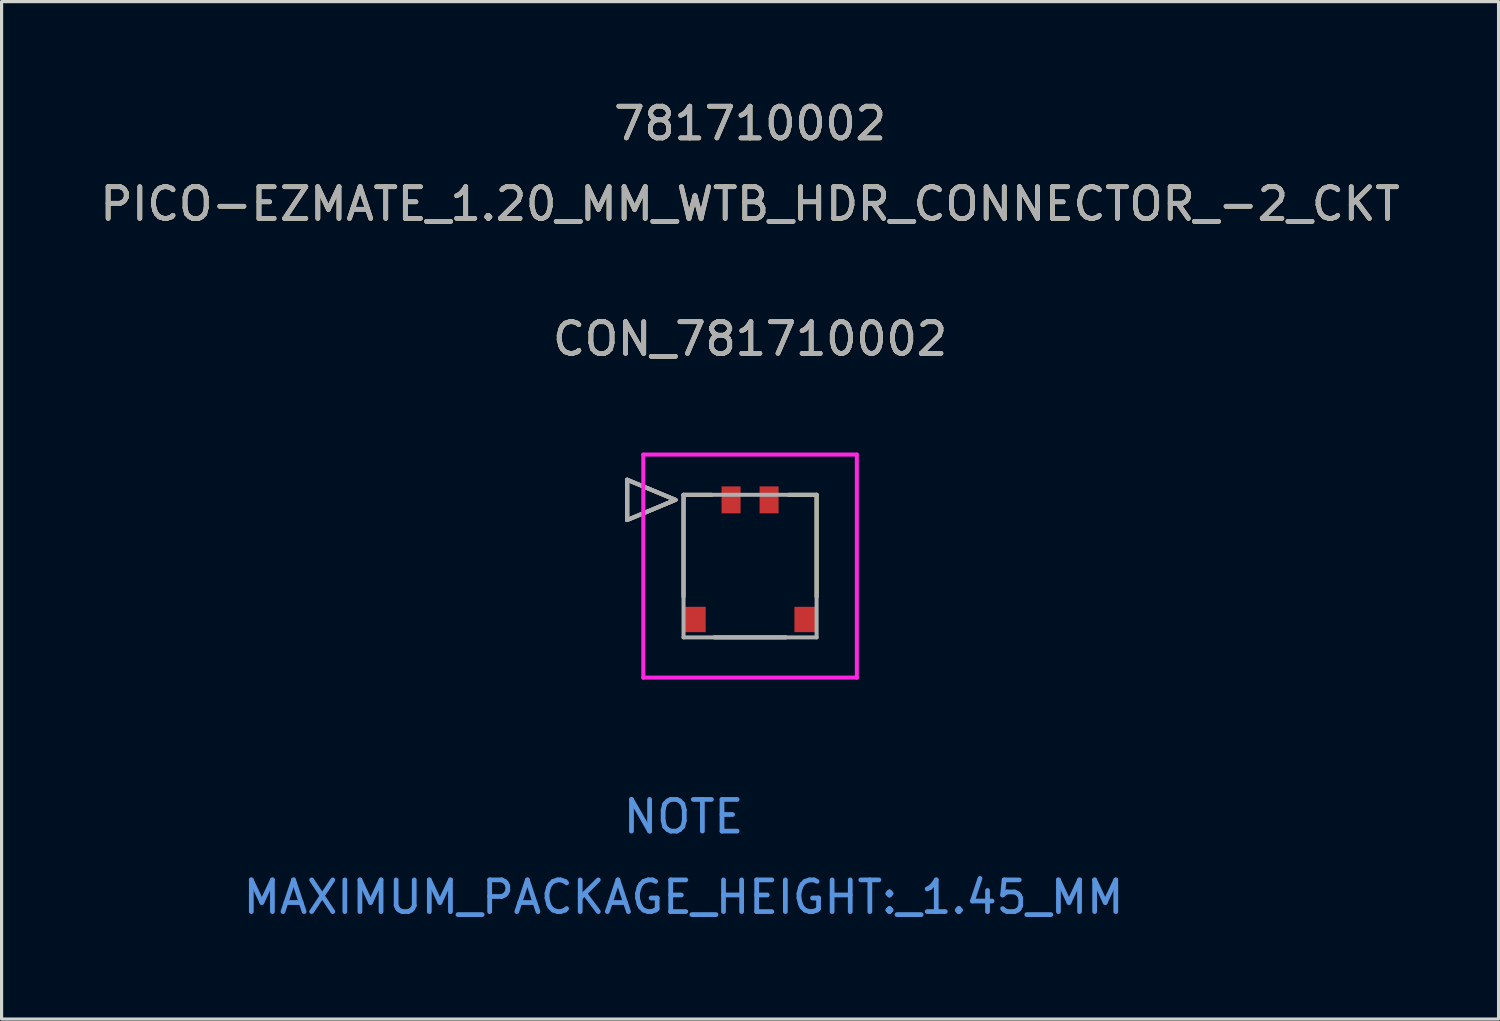
<source format=kicad_pcb>
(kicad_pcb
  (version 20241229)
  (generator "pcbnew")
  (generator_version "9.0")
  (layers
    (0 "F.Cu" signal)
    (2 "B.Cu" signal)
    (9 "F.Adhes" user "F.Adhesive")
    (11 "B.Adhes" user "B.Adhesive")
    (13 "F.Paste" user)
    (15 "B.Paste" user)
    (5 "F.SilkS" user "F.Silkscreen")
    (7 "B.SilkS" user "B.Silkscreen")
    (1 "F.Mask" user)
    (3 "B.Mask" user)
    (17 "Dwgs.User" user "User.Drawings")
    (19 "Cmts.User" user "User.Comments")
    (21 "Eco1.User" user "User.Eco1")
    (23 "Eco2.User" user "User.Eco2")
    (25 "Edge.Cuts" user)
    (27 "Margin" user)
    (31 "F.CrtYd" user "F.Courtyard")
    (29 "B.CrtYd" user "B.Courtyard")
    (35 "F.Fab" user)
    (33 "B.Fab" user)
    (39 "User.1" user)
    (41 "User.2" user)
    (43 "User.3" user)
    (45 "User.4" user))
  (footprint "CON_781710002"
    (layer "F.Cu")
    (at 20.025 12.728)
    (property "Reference" "CON_781710002" (at 0.6 -5.08 0) (unlocked yes) (layer "F.SilkS") (effects (font (size 1 1) (thickness 0.15))))
    (attr smd)
    (fp_line (start -3.278 -0.635) (end -3.278 0.635) (stroke (width 0.127) (type solid)) (layer "F.SilkS"))
    (fp_line (start -3.278 0.635) (end -1.754 0) (stroke (width 0.127) (type solid)) (layer "F.SilkS"))
    (fp_line (start -1.754 0) (end -3.278 -0.635) (stroke (width 0.127) (type solid)) (layer "F.SilkS"))
    (fp_line (start -1.5 -0.16) (end -1.5 3.055) (stroke (width 0.127) (type solid)) (layer "F.SilkS"))
    (fp_line (start -0.62 -0.16) (end -1.5 -0.16) (stroke (width 0.127) (type solid)) (layer "F.SilkS"))
    (fp_line (start -0.526 4.34) (end 1.726 4.34) (stroke (width 0.127) (type solid)) (layer "F.SilkS"))
    (fp_line (start 2.7 -0.16) (end 1.82 -0.16) (stroke (width 0.127) (type solid)) (layer "F.SilkS"))
    (fp_line (start 2.7 3.055) (end 2.7 -0.16) (stroke (width 0.127) (type solid)) (layer "F.SilkS"))
    (fp_line (start -2.77 -1.43) (end -2.77 5.61) (stroke (width 0.127) (type solid)) (layer "F.CrtYd"))
    (fp_line (start -2.77 5.61) (end 3.97 5.61) (stroke (width 0.127) (type solid)) (layer "F.CrtYd"))
    (fp_line (start 3.97 -1.43) (end -2.77 -1.43) (stroke (width 0.127) (type solid)) (layer "F.CrtYd"))
    (fp_line (start 3.97 5.61) (end 3.97 -1.43) (stroke (width 0.127) (type solid)) (layer "F.CrtYd"))
    (fp_line (start -3.278 -0.635) (end -3.278 0.635) (stroke (width 0.127) (type solid)) (layer "F.Fab"))
    (fp_line (start -3.278 -0.635) (end -3.278 0.635) (stroke (width 0.127) (type solid)) (layer "F.Fab"))
    (fp_line (start -3.278 0.635) (end -1.754 0) (stroke (width 0.127) (type solid)) (layer "F.Fab"))
    (fp_line (start -3.278 0.635) (end -1.754 0) (stroke (width 0.127) (type solid)) (layer "F.Fab"))
    (fp_line (start -1.754 0) (end -3.278 -0.635) (stroke (width 0.127) (type solid)) (layer "F.Fab"))
    (fp_line (start -1.754 0) (end -3.278 -0.635) (stroke (width 0.127) (type solid)) (layer "F.Fab"))
    (fp_line (start -1.5 -0.16) (end -1.5 4.34) (stroke (width 0.127) (type solid)) (layer "F.Fab"))
    (fp_line (start -1.5 4.34) (end 2.7 4.34) (stroke (width 0.127) (type solid)) (layer "F.Fab"))
    (fp_line (start 2.7 -0.16) (end -1.5 -0.16) (stroke (width 0.127) (type solid)) (layer "F.Fab"))
    (fp_line (start 2.7 4.34) (end 2.7 -0.16) (stroke (width 0.127) (type solid)) (layer "F.Fab"))
    (fp_text user "PICO-EZMATE_1.20_MM_WTB_HDR_CONNECTOR_-2_CKT" (at 0.6 -9.34 0) (unlocked yes) (layer "F.SilkS") (effects (font (size 1 1) (thickness 0.15))))
    (fp_text user "781710002" (at 0.6 -11.88 0) (unlocked yes) (layer "F.SilkS") (effects (font (size 1 1) (thickness 0.15))))
    (fp_text user "NOTE" (at -1.5 10 0) (unlocked yes) (layer "Cmts.User") (effects (font (size 1 1) (thickness 0.15))))
    (fp_text user "MAXIMUM_PACKAGE_HEIGHT:_1.45_MM" (at -1.5 12.54 0) (unlocked yes) (layer "Cmts.User") (effects (font (size 1 1) (thickness 0.15))))
    (fp_text user "PICO-EZMATE_1.20_MM_WTB_HDR_CONNECTOR_-2_CKT" (at 0.6 -9.34 0) (unlocked yes) (layer "F.Fab") (effects (font (size 1 1) (thickness 0.15))))
    (fp_text user "781710002" (at 0.6 -11.88 0) (unlocked yes) (layer "F.Fab") (effects (font (size 1 1) (thickness 0.15))))
    (fp_text user "${REFERENCE}" (at 0.6 -5.08 0) (unlocked yes) (layer "F.Fab") (effects (font (size 1 1) (thickness 0.15))))
    (pad "1" smd rect (at 0 0) (size 0.6 0.85) (layers "F.Cu" "F.Mask" "F.Paste"))
    (pad "2" smd rect (at 1.2 0) (size 0.6 0.85) (layers "F.Cu" "F.Mask" "F.Paste"))
    (pad "3" smd rect (at -1.15 3.775) (size 0.7 0.8) (layers "F.Cu" "F.Mask" "F.Paste"))
    (pad "4" smd rect (at 2.35 3.775) (size 0.7 0.8) (layers "F.Cu" "F.Mask" "F.Paste")))
  (gr_rect
    (start -3 -3)
    (end 44.25 29.116)
    (stroke (width 0.1) (type default))
    (fill no)
    (layer "Edge.Cuts")))
</source>
